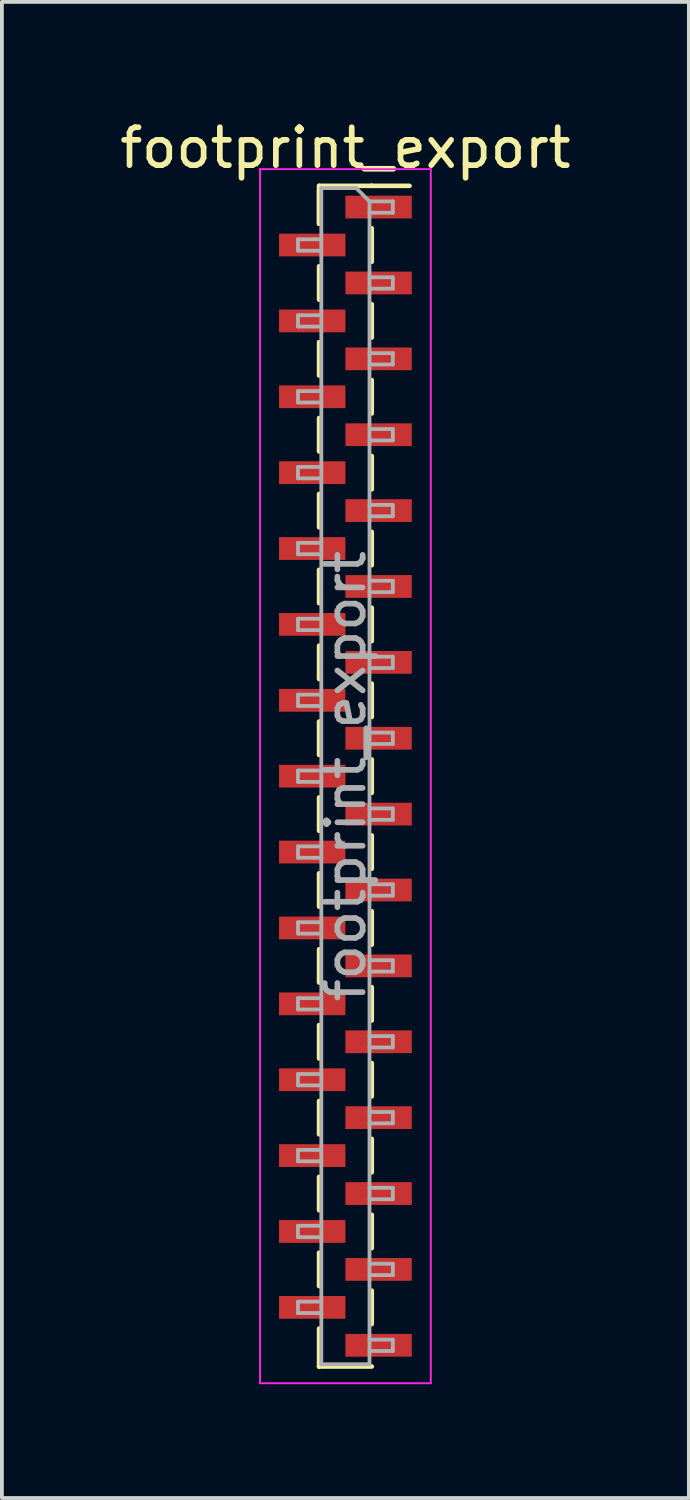
<source format=kicad_pcb>
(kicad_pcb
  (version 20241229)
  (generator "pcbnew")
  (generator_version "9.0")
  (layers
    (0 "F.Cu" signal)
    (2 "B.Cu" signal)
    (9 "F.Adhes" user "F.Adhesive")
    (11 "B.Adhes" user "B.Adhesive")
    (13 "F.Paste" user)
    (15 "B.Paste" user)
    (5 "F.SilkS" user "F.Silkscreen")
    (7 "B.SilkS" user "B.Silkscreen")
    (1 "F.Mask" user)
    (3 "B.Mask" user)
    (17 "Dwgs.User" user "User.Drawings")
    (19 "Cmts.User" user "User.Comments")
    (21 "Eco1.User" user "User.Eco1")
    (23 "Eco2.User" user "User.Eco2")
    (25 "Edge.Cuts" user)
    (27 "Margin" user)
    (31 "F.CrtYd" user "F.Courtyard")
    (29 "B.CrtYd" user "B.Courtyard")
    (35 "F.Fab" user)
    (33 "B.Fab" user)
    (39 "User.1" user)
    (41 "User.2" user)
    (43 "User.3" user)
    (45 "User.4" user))
  (footprint "footprint_export"
    (layer "F.Cu")
    (at 6.054 17.408)
    (property "Reference" "footprint_export" (at 0 -16.56 0) (layer "F.SilkS") (effects (font (size 1 1) (thickness 0.15))))
    (attr smd)
    (fp_line (start -0.695 -15.56) (end -0.695 -14.56) (stroke (width 0.12) (type solid)) (layer "F.SilkS"))
    (fp_line (start -0.695 -15.56) (end 0.695 -15.56) (stroke (width 0.12) (type solid)) (layer "F.SilkS"))
    (fp_line (start -0.695 -15.44) (end -0.695 -14.56) (stroke (width 0.12) (type solid)) (layer "F.SilkS"))
    (fp_line (start -0.695 -13.44) (end -0.695 -12.56) (stroke (width 0.12) (type solid)) (layer "F.SilkS"))
    (fp_line (start -0.695 -11.44) (end -0.695 -10.56) (stroke (width 0.12) (type solid)) (layer "F.SilkS"))
    (fp_line (start -0.695 -9.44) (end -0.695 -8.56) (stroke (width 0.12) (type solid)) (layer "F.SilkS"))
    (fp_line (start -0.695 -7.44) (end -0.695 -6.56) (stroke (width 0.12) (type solid)) (layer "F.SilkS"))
    (fp_line (start -0.695 -5.44) (end -0.695 -4.56) (stroke (width 0.12) (type solid)) (layer "F.SilkS"))
    (fp_line (start -0.695 -3.44) (end -0.695 -2.56) (stroke (width 0.12) (type solid)) (layer "F.SilkS"))
    (fp_line (start -0.695 -1.44) (end -0.695 -0.56) (stroke (width 0.12) (type solid)) (layer "F.SilkS"))
    (fp_line (start -0.695 0.56) (end -0.695 1.44) (stroke (width 0.12) (type solid)) (layer "F.SilkS"))
    (fp_line (start -0.695 2.56) (end -0.695 3.44) (stroke (width 0.12) (type solid)) (layer "F.SilkS"))
    (fp_line (start -0.695 4.56) (end -0.695 5.44) (stroke (width 0.12) (type solid)) (layer "F.SilkS"))
    (fp_line (start -0.695 6.56) (end -0.695 7.44) (stroke (width 0.12) (type solid)) (layer "F.SilkS"))
    (fp_line (start -0.695 8.56) (end -0.695 9.44) (stroke (width 0.12) (type solid)) (layer "F.SilkS"))
    (fp_line (start -0.695 10.56) (end -0.695 11.44) (stroke (width 0.12) (type solid)) (layer "F.SilkS"))
    (fp_line (start -0.695 12.56) (end -0.695 13.44) (stroke (width 0.12) (type solid)) (layer "F.SilkS"))
    (fp_line (start -0.695 14.56) (end -0.695 15.56) (stroke (width 0.12) (type solid)) (layer "F.SilkS"))
    (fp_line (start -0.695 15.56) (end -0.695 15.56) (stroke (width 0.12) (type solid)) (layer "F.SilkS"))
    (fp_line (start -0.695 15.56) (end 0.695 15.56) (stroke (width 0.12) (type solid)) (layer "F.SilkS"))
    (fp_line (start 0.695 -15.56) (end 0.695 -15.56) (stroke (width 0.12) (type solid)) (layer "F.SilkS"))
    (fp_line (start 0.695 -15.56) (end 1.69 -15.56) (stroke (width 0.12) (type solid)) (layer "F.SilkS"))
    (fp_line (start 0.695 -14.44) (end 0.695 -13.56) (stroke (width 0.12) (type solid)) (layer "F.SilkS"))
    (fp_line (start 0.695 -12.44) (end 0.695 -11.56) (stroke (width 0.12) (type solid)) (layer "F.SilkS"))
    (fp_line (start 0.695 -10.44) (end 0.695 -9.56) (stroke (width 0.12) (type solid)) (layer "F.SilkS"))
    (fp_line (start 0.695 -8.44) (end 0.695 -7.56) (stroke (width 0.12) (type solid)) (layer "F.SilkS"))
    (fp_line (start 0.695 -6.44) (end 0.695 -5.56) (stroke (width 0.12) (type solid)) (layer "F.SilkS"))
    (fp_line (start 0.695 -4.44) (end 0.695 -3.56) (stroke (width 0.12) (type solid)) (layer "F.SilkS"))
    (fp_line (start 0.695 -2.44) (end 0.695 -1.56) (stroke (width 0.12) (type solid)) (layer "F.SilkS"))
    (fp_line (start 0.695 -0.44) (end 0.695 0.44) (stroke (width 0.12) (type solid)) (layer "F.SilkS"))
    (fp_line (start 0.695 1.56) (end 0.695 2.44) (stroke (width 0.12) (type solid)) (layer "F.SilkS"))
    (fp_line (start 0.695 3.56) (end 0.695 4.44) (stroke (width 0.12) (type solid)) (layer "F.SilkS"))
    (fp_line (start 0.695 5.56) (end 0.695 6.44) (stroke (width 0.12) (type solid)) (layer "F.SilkS"))
    (fp_line (start 0.695 7.56) (end 0.695 8.44) (stroke (width 0.12) (type solid)) (layer "F.SilkS"))
    (fp_line (start 0.695 9.56) (end 0.695 10.44) (stroke (width 0.12) (type solid)) (layer "F.SilkS"))
    (fp_line (start 0.695 11.56) (end 0.695 12.44) (stroke (width 0.12) (type solid)) (layer "F.SilkS"))
    (fp_line (start 0.695 13.56) (end 0.695 14.44) (stroke (width 0.12) (type solid)) (layer "F.SilkS"))
    (fp_line (start -2.25 -16) (end -2.25 16) (stroke (width 0.05) (type solid)) (layer "F.CrtYd"))
    (fp_line (start -2.25 16) (end 2.25 16) (stroke (width 0.05) (type solid)) (layer "F.CrtYd"))
    (fp_line (start 2.25 -16) (end -2.25 -16) (stroke (width 0.05) (type solid)) (layer "F.CrtYd"))
    (fp_line (start 2.25 16) (end 2.25 -16) (stroke (width 0.05) (type solid)) (layer "F.CrtYd"))
    (fp_line (start -1.25 -14.15) (end -1.25 -13.85) (stroke (width 0.1) (type solid)) (layer "F.Fab"))
    (fp_line (start -1.25 -13.85) (end -0.635 -13.85) (stroke (width 0.1) (type solid)) (layer "F.Fab"))
    (fp_line (start -1.25 -12.15) (end -1.25 -11.85) (stroke (width 0.1) (type solid)) (layer "F.Fab"))
    (fp_line (start -1.25 -11.85) (end -0.635 -11.85) (stroke (width 0.1) (type solid)) (layer "F.Fab"))
    (fp_line (start -1.25 -10.15) (end -1.25 -9.85) (stroke (width 0.1) (type solid)) (layer "F.Fab"))
    (fp_line (start -1.25 -9.85) (end -0.635 -9.85) (stroke (width 0.1) (type solid)) (layer "F.Fab"))
    (fp_line (start -1.25 -8.15) (end -1.25 -7.85) (stroke (width 0.1) (type solid)) (layer "F.Fab"))
    (fp_line (start -1.25 -7.85) (end -0.635 -7.85) (stroke (width 0.1) (type solid)) (layer "F.Fab"))
    (fp_line (start -1.25 -6.15) (end -1.25 -5.85) (stroke (width 0.1) (type solid)) (layer "F.Fab"))
    (fp_line (start -1.25 -5.85) (end -0.635 -5.85) (stroke (width 0.1) (type solid)) (layer "F.Fab"))
    (fp_line (start -1.25 -4.15) (end -1.25 -3.85) (stroke (width 0.1) (type solid)) (layer "F.Fab"))
    (fp_line (start -1.25 -3.85) (end -0.635 -3.85) (stroke (width 0.1) (type solid)) (layer "F.Fab"))
    (fp_line (start -1.25 -2.15) (end -1.25 -1.85) (stroke (width 0.1) (type solid)) (layer "F.Fab"))
    (fp_line (start -1.25 -1.85) (end -0.635 -1.85) (stroke (width 0.1) (type solid)) (layer "F.Fab"))
    (fp_line (start -1.25 -0.15) (end -1.25 0.15) (stroke (width 0.1) (type solid)) (layer "F.Fab"))
    (fp_line (start -1.25 0.15) (end -0.635 0.15) (stroke (width 0.1) (type solid)) (layer "F.Fab"))
    (fp_line (start -1.25 1.85) (end -1.25 2.15) (stroke (width 0.1) (type solid)) (layer "F.Fab"))
    (fp_line (start -1.25 2.15) (end -0.635 2.15) (stroke (width 0.1) (type solid)) (layer "F.Fab"))
    (fp_line (start -1.25 3.85) (end -1.25 4.15) (stroke (width 0.1) (type solid)) (layer "F.Fab"))
    (fp_line (start -1.25 4.15) (end -0.635 4.15) (stroke (width 0.1) (type solid)) (layer "F.Fab"))
    (fp_line (start -1.25 5.85) (end -1.25 6.15) (stroke (width 0.1) (type solid)) (layer "F.Fab"))
    (fp_line (start -1.25 6.15) (end -0.635 6.15) (stroke (width 0.1) (type solid)) (layer "F.Fab"))
    (fp_line (start -1.25 7.85) (end -1.25 8.15) (stroke (width 0.1) (type solid)) (layer "F.Fab"))
    (fp_line (start -1.25 8.15) (end -0.635 8.15) (stroke (width 0.1) (type solid)) (layer "F.Fab"))
    (fp_line (start -1.25 9.85) (end -1.25 10.15) (stroke (width 0.1) (type solid)) (layer "F.Fab"))
    (fp_line (start -1.25 10.15) (end -0.635 10.15) (stroke (width 0.1) (type solid)) (layer "F.Fab"))
    (fp_line (start -1.25 11.85) (end -1.25 12.15) (stroke (width 0.1) (type solid)) (layer "F.Fab"))
    (fp_line (start -1.25 12.15) (end -0.635 12.15) (stroke (width 0.1) (type solid)) (layer "F.Fab"))
    (fp_line (start -1.25 13.85) (end -1.25 14.15) (stroke (width 0.1) (type solid)) (layer "F.Fab"))
    (fp_line (start -1.25 14.15) (end -0.635 14.15) (stroke (width 0.1) (type solid)) (layer "F.Fab"))
    (fp_line (start -0.635 -15.5) (end -0.635 15.5) (stroke (width 0.1) (type solid)) (layer "F.Fab"))
    (fp_line (start -0.635 -15.5) (end 0.285 -15.5) (stroke (width 0.1) (type solid)) (layer "F.Fab"))
    (fp_line (start -0.635 -14.15) (end -1.25 -14.15) (stroke (width 0.1) (type solid)) (layer "F.Fab"))
    (fp_line (start -0.635 -12.15) (end -1.25 -12.15) (stroke (width 0.1) (type solid)) (layer "F.Fab"))
    (fp_line (start -0.635 -10.15) (end -1.25 -10.15) (stroke (width 0.1) (type solid)) (layer "F.Fab"))
    (fp_line (start -0.635 -8.15) (end -1.25 -8.15) (stroke (width 0.1) (type solid)) (layer "F.Fab"))
    (fp_line (start -0.635 -6.15) (end -1.25 -6.15) (stroke (width 0.1) (type solid)) (layer "F.Fab"))
    (fp_line (start -0.635 -4.15) (end -1.25 -4.15) (stroke (width 0.1) (type solid)) (layer "F.Fab"))
    (fp_line (start -0.635 -2.15) (end -1.25 -2.15) (stroke (width 0.1) (type solid)) (layer "F.Fab"))
    (fp_line (start -0.635 -0.15) (end -1.25 -0.15) (stroke (width 0.1) (type solid)) (layer "F.Fab"))
    (fp_line (start -0.635 1.85) (end -1.25 1.85) (stroke (width 0.1) (type solid)) (layer "F.Fab"))
    (fp_line (start -0.635 3.85) (end -1.25 3.85) (stroke (width 0.1) (type solid)) (layer "F.Fab"))
    (fp_line (start -0.635 5.85) (end -1.25 5.85) (stroke (width 0.1) (type solid)) (layer "F.Fab"))
    (fp_line (start -0.635 7.85) (end -1.25 7.85) (stroke (width 0.1) (type solid)) (layer "F.Fab"))
    (fp_line (start -0.635 9.85) (end -1.25 9.85) (stroke (width 0.1) (type solid)) (layer "F.Fab"))
    (fp_line (start -0.635 11.85) (end -1.25 11.85) (stroke (width 0.1) (type solid)) (layer "F.Fab"))
    (fp_line (start -0.635 13.85) (end -1.25 13.85) (stroke (width 0.1) (type solid)) (layer "F.Fab"))
    (fp_line (start 0.635 -15.15) (end 0.285 -15.5) (stroke (width 0.1) (type solid)) (layer "F.Fab"))
    (fp_line (start 0.635 -15.15) (end 1.25 -15.15) (stroke (width 0.1) (type solid)) (layer "F.Fab"))
    (fp_line (start 0.635 -13.15) (end 1.25 -13.15) (stroke (width 0.1) (type solid)) (layer "F.Fab"))
    (fp_line (start 0.635 -11.15) (end 1.25 -11.15) (stroke (width 0.1) (type solid)) (layer "F.Fab"))
    (fp_line (start 0.635 -9.15) (end 1.25 -9.15) (stroke (width 0.1) (type solid)) (layer "F.Fab"))
    (fp_line (start 0.635 -7.15) (end 1.25 -7.15) (stroke (width 0.1) (type solid)) (layer "F.Fab"))
    (fp_line (start 0.635 -5.15) (end 1.25 -5.15) (stroke (width 0.1) (type solid)) (layer "F.Fab"))
    (fp_line (start 0.635 -3.15) (end 1.25 -3.15) (stroke (width 0.1) (type solid)) (layer "F.Fab"))
    (fp_line (start 0.635 -1.15) (end 1.25 -1.15) (stroke (width 0.1) (type solid)) (layer "F.Fab"))
    (fp_line (start 0.635 0.85) (end 1.25 0.85) (stroke (width 0.1) (type solid)) (layer "F.Fab"))
    (fp_line (start 0.635 2.85) (end 1.25 2.85) (stroke (width 0.1) (type solid)) (layer "F.Fab"))
    (fp_line (start 0.635 4.85) (end 1.25 4.85) (stroke (width 0.1) (type solid)) (layer "F.Fab"))
    (fp_line (start 0.635 6.85) (end 1.25 6.85) (stroke (width 0.1) (type solid)) (layer "F.Fab"))
    (fp_line (start 0.635 8.85) (end 1.25 8.85) (stroke (width 0.1) (type solid)) (layer "F.Fab"))
    (fp_line (start 0.635 10.85) (end 1.25 10.85) (stroke (width 0.1) (type solid)) (layer "F.Fab"))
    (fp_line (start 0.635 12.85) (end 1.25 12.85) (stroke (width 0.1) (type solid)) (layer "F.Fab"))
    (fp_line (start 0.635 14.85) (end 1.25 14.85) (stroke (width 0.1) (type solid)) (layer "F.Fab"))
    (fp_line (start 0.635 15.5) (end -0.635 15.5) (stroke (width 0.1) (type solid)) (layer "F.Fab"))
    (fp_line (start 0.635 15.5) (end 0.635 -15.15) (stroke (width 0.1) (type solid)) (layer "F.Fab"))
    (fp_line (start 1.25 -15.15) (end 1.25 -14.85) (stroke (width 0.1) (type solid)) (layer "F.Fab"))
    (fp_line (start 1.25 -14.85) (end 0.635 -14.85) (stroke (width 0.1) (type solid)) (layer "F.Fab"))
    (fp_line (start 1.25 -13.15) (end 1.25 -12.85) (stroke (width 0.1) (type solid)) (layer "F.Fab"))
    (fp_line (start 1.25 -12.85) (end 0.635 -12.85) (stroke (width 0.1) (type solid)) (layer "F.Fab"))
    (fp_line (start 1.25 -11.15) (end 1.25 -10.85) (stroke (width 0.1) (type solid)) (layer "F.Fab"))
    (fp_line (start 1.25 -10.85) (end 0.635 -10.85) (stroke (width 0.1) (type solid)) (layer "F.Fab"))
    (fp_line (start 1.25 -9.15) (end 1.25 -8.85) (stroke (width 0.1) (type solid)) (layer "F.Fab"))
    (fp_line (start 1.25 -8.85) (end 0.635 -8.85) (stroke (width 0.1) (type solid)) (layer "F.Fab"))
    (fp_line (start 1.25 -7.15) (end 1.25 -6.85) (stroke (width 0.1) (type solid)) (layer "F.Fab"))
    (fp_line (start 1.25 -6.85) (end 0.635 -6.85) (stroke (width 0.1) (type solid)) (layer "F.Fab"))
    (fp_line (start 1.25 -5.15) (end 1.25 -4.85) (stroke (width 0.1) (type solid)) (layer "F.Fab"))
    (fp_line (start 1.25 -4.85) (end 0.635 -4.85) (stroke (width 0.1) (type solid)) (layer "F.Fab"))
    (fp_line (start 1.25 -3.15) (end 1.25 -2.85) (stroke (width 0.1) (type solid)) (layer "F.Fab"))
    (fp_line (start 1.25 -2.85) (end 0.635 -2.85) (stroke (width 0.1) (type solid)) (layer "F.Fab"))
    (fp_line (start 1.25 -1.15) (end 1.25 -0.85) (stroke (width 0.1) (type solid)) (layer "F.Fab"))
    (fp_line (start 1.25 -0.85) (end 0.635 -0.85) (stroke (width 0.1) (type solid)) (layer "F.Fab"))
    (fp_line (start 1.25 0.85) (end 1.25 1.15) (stroke (width 0.1) (type solid)) (layer "F.Fab"))
    (fp_line (start 1.25 1.15) (end 0.635 1.15) (stroke (width 0.1) (type solid)) (layer "F.Fab"))
    (fp_line (start 1.25 2.85) (end 1.25 3.15) (stroke (width 0.1) (type solid)) (layer "F.Fab"))
    (fp_line (start 1.25 3.15) (end 0.635 3.15) (stroke (width 0.1) (type solid)) (layer "F.Fab"))
    (fp_line (start 1.25 4.85) (end 1.25 5.15) (stroke (width 0.1) (type solid)) (layer "F.Fab"))
    (fp_line (start 1.25 5.15) (end 0.635 5.15) (stroke (width 0.1) (type solid)) (layer "F.Fab"))
    (fp_line (start 1.25 6.85) (end 1.25 7.15) (stroke (width 0.1) (type solid)) (layer "F.Fab"))
    (fp_line (start 1.25 7.15) (end 0.635 7.15) (stroke (width 0.1) (type solid)) (layer "F.Fab"))
    (fp_line (start 1.25 8.85) (end 1.25 9.15) (stroke (width 0.1) (type solid)) (layer "F.Fab"))
    (fp_line (start 1.25 9.15) (end 0.635 9.15) (stroke (width 0.1) (type solid)) (layer "F.Fab"))
    (fp_line (start 1.25 10.85) (end 1.25 11.15) (stroke (width 0.1) (type solid)) (layer "F.Fab"))
    (fp_line (start 1.25 11.15) (end 0.635 11.15) (stroke (width 0.1) (type solid)) (layer "F.Fab"))
    (fp_line (start 1.25 12.85) (end 1.25 13.15) (stroke (width 0.1) (type solid)) (layer "F.Fab"))
    (fp_line (start 1.25 13.15) (end 0.635 13.15) (stroke (width 0.1) (type solid)) (layer "F.Fab"))
    (fp_line (start 1.25 14.85) (end 1.25 15.15) (stroke (width 0.1) (type solid)) (layer "F.Fab"))
    (fp_line (start 1.25 15.15) (end 0.635 15.15) (stroke (width 0.1) (type solid)) (layer "F.Fab"))
    (fp_text user "${REFERENCE}" (at 0 0 90) (layer "F.Fab") (effects (font (size 1 1) (thickness 0.15))))
    (pad "1" smd rect (at 0.875 -15) (size 1.75 0.6) (layers "F.Cu" "F.Mask" "F.Paste"))
    (pad "2" smd rect (at -0.875 -14) (size 1.75 0.6) (layers "F.Cu" "F.Mask" "F.Paste"))
    (pad "3" smd rect (at 0.875 -13) (size 1.75 0.6) (layers "F.Cu" "F.Mask" "F.Paste"))
    (pad "4" smd rect (at -0.875 -12) (size 1.75 0.6) (layers "F.Cu" "F.Mask" "F.Paste"))
    (pad "5" smd rect (at 0.875 -11) (size 1.75 0.6) (layers "F.Cu" "F.Mask" "F.Paste"))
    (pad "6" smd rect (at -0.875 -10) (size 1.75 0.6) (layers "F.Cu" "F.Mask" "F.Paste"))
    (pad "7" smd rect (at 0.875 -9) (size 1.75 0.6) (layers "F.Cu" "F.Mask" "F.Paste"))
    (pad "8" smd rect (at -0.875 -8) (size 1.75 0.6) (layers "F.Cu" "F.Mask" "F.Paste"))
    (pad "9" smd rect (at 0.875 -7) (size 1.75 0.6) (layers "F.Cu" "F.Mask" "F.Paste"))
    (pad "10" smd rect (at -0.875 -6) (size 1.75 0.6) (layers "F.Cu" "F.Mask" "F.Paste"))
    (pad "11" smd rect (at 0.875 -5) (size 1.75 0.6) (layers "F.Cu" "F.Mask" "F.Paste"))
    (pad "12" smd rect (at -0.875 -4) (size 1.75 0.6) (layers "F.Cu" "F.Mask" "F.Paste"))
    (pad "13" smd rect (at 0.875 -3) (size 1.75 0.6) (layers "F.Cu" "F.Mask" "F.Paste"))
    (pad "14" smd rect (at -0.875 -2) (size 1.75 0.6) (layers "F.Cu" "F.Mask" "F.Paste"))
    (pad "15" smd rect (at 0.875 -1) (size 1.75 0.6) (layers "F.Cu" "F.Mask" "F.Paste"))
    (pad "16" smd rect (at -0.875 0) (size 1.75 0.6) (layers "F.Cu" "F.Mask" "F.Paste"))
    (pad "17" smd rect (at 0.875 1) (size 1.75 0.6) (layers "F.Cu" "F.Mask" "F.Paste"))
    (pad "18" smd rect (at -0.875 2) (size 1.75 0.6) (layers "F.Cu" "F.Mask" "F.Paste"))
    (pad "19" smd rect (at 0.875 3) (size 1.75 0.6) (layers "F.Cu" "F.Mask" "F.Paste"))
    (pad "20" smd rect (at -0.875 4) (size 1.75 0.6) (layers "F.Cu" "F.Mask" "F.Paste"))
    (pad "21" smd rect (at 0.875 5) (size 1.75 0.6) (layers "F.Cu" "F.Mask" "F.Paste"))
    (pad "22" smd rect (at -0.875 6) (size 1.75 0.6) (layers "F.Cu" "F.Mask" "F.Paste"))
    (pad "23" smd rect (at 0.875 7) (size 1.75 0.6) (layers "F.Cu" "F.Mask" "F.Paste"))
    (pad "24" smd rect (at -0.875 8) (size 1.75 0.6) (layers "F.Cu" "F.Mask" "F.Paste"))
    (pad "25" smd rect (at 0.875 9) (size 1.75 0.6) (layers "F.Cu" "F.Mask" "F.Paste"))
    (pad "26" smd rect (at -0.875 10) (size 1.75 0.6) (layers "F.Cu" "F.Mask" "F.Paste"))
    (pad "27" smd rect (at 0.875 11) (size 1.75 0.6) (layers "F.Cu" "F.Mask" "F.Paste"))
    (pad "28" smd rect (at -0.875 12) (size 1.75 0.6) (layers "F.Cu" "F.Mask" "F.Paste"))
    (pad "29" smd rect (at 0.875 13) (size 1.75 0.6) (layers "F.Cu" "F.Mask" "F.Paste"))
    (pad "30" smd rect (at -0.875 14) (size 1.75 0.6) (layers "F.Cu" "F.Mask" "F.Paste"))
    (pad "31" smd rect (at 0.875 15) (size 1.75 0.6) (layers "F.Cu" "F.Mask" "F.Paste")))
  (gr_rect
    (start -3 -3)
    (end 15.107 36.433)
    (stroke (width 0.1) (type default))
    (fill no)
    (layer "Edge.Cuts")))
</source>
